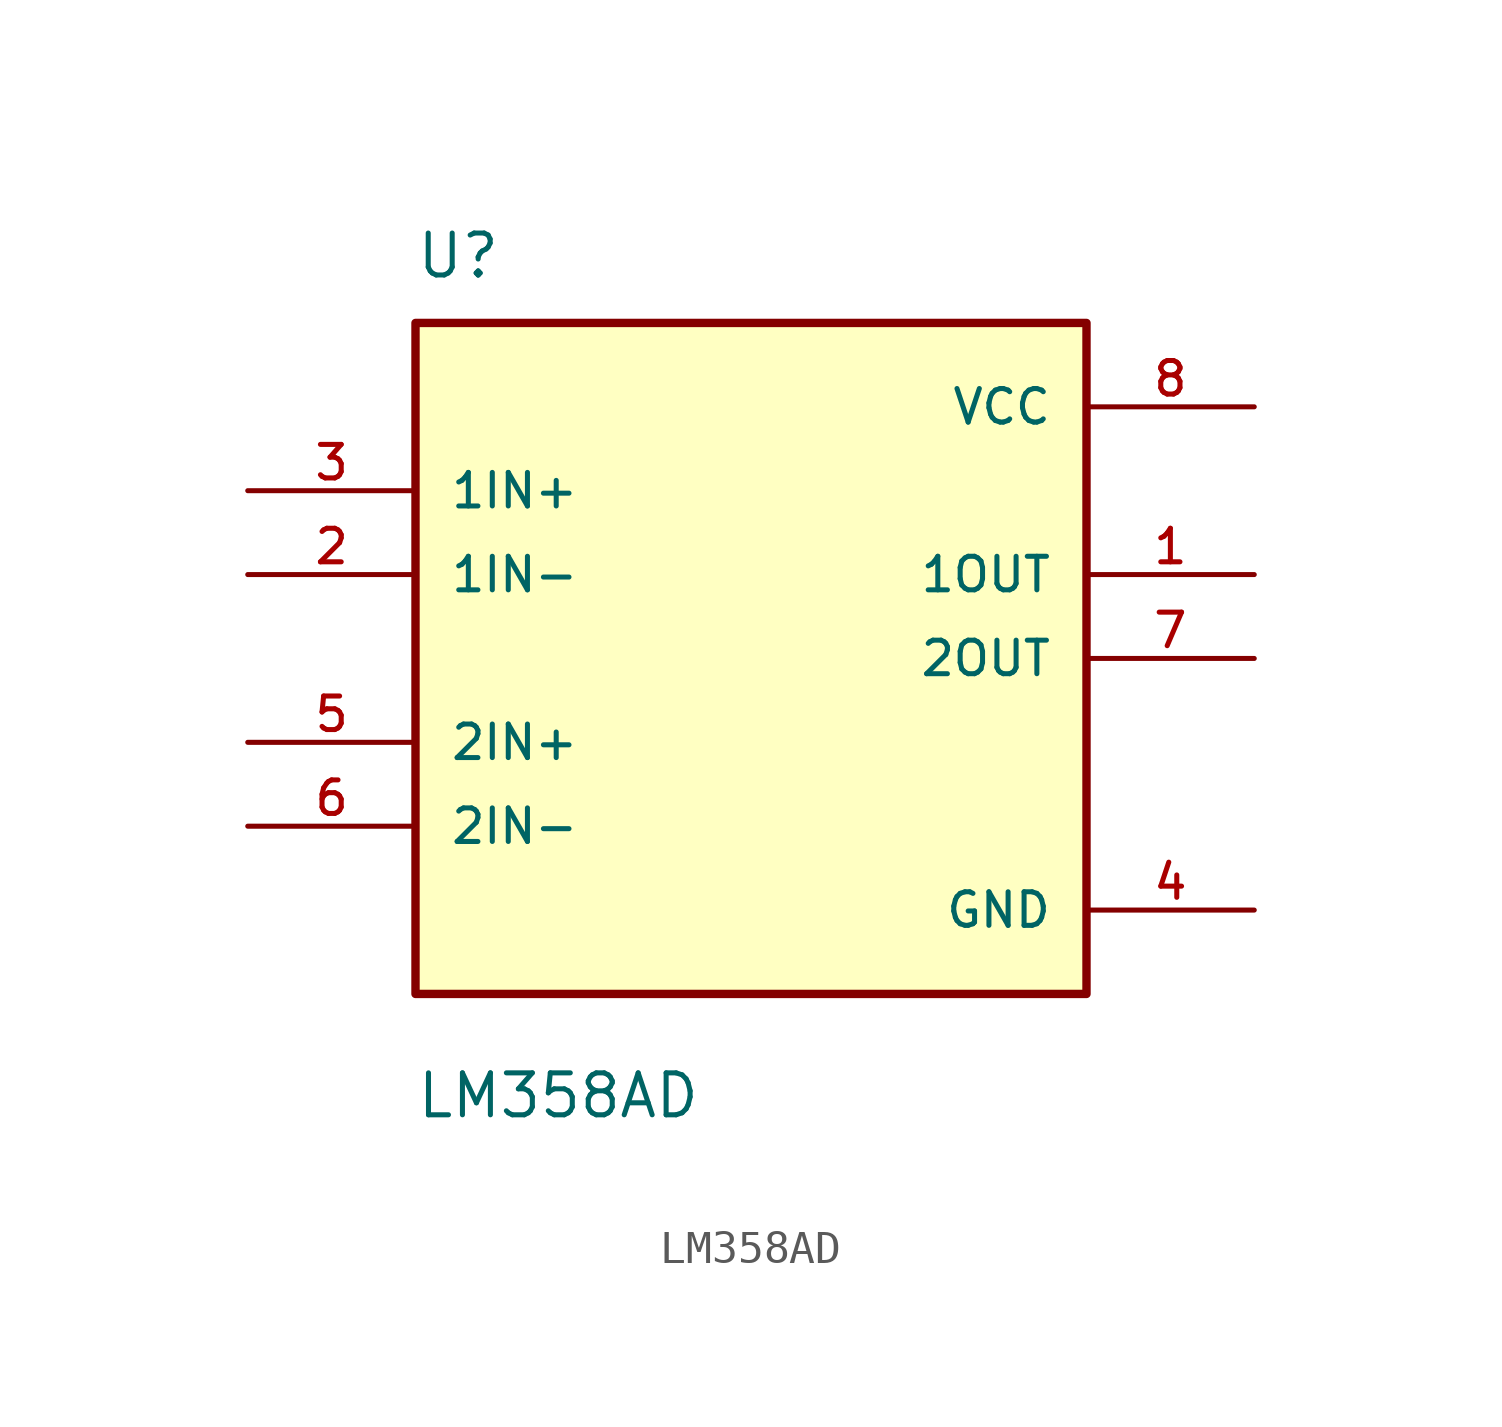
<source format=kicad_sym>
(kicad_symbol_lib
  (version 20211014)
  (generator kicad_symbol_editor)
  (symbol "LM358AD"
    (pin_names
      (offset 1.016))
    (property "Reference" "U"
      (at -10.177 11.449 0)
      (effects (font (size 1.27 1.27)) (justify bottom left)))
    (property "Value" "LM358AD"
      (at -10.169 -13.983 0)
      (effects (font (size 1.27 1.27)) (justify bottom left)))
    (symbol "LM358AD_0_0"
      (rectangle (start -10.16 -10.16) (end 10.16 10.16) (stroke (width 0.254)) (fill (type background)))
      (pin input line (at -15.24 2.54 0) (length 5.08) (name "1IN-" (effects (font (size 1.016 1.016)))) (number "2" (effects (font (size 1.016 1.016)))))
      (pin input line (at -15.24 5.08 0) (length 5.08) (name "1IN+" (effects (font (size 1.016 1.016)))) (number "3" (effects (font (size 1.016 1.016)))))
      (pin input line (at -15.24 -5.08 0) (length 5.08) (name "2IN-" (effects (font (size 1.016 1.016)))) (number "6" (effects (font (size 1.016 1.016)))))
      (pin input line (at -15.24 -2.54 0) (length 5.08) (name "2IN+" (effects (font (size 1.016 1.016)))) (number "5" (effects (font (size 1.016 1.016)))))
      (pin output line (at 15.24 2.54 180.0) (length 5.08) (name "1OUT" (effects (font (size 1.016 1.016)))) (number "1" (effects (font (size 1.016 1.016)))))
      (pin output line (at 15.24 0.0 180.0) (length 5.08) (name "2OUT" (effects (font (size 1.016 1.016)))) (number "7" (effects (font (size 1.016 1.016)))))
      (pin power_in line (at 15.24 7.62 180.0) (length 5.08) (name "VCC" (effects (font (size 1.016 1.016)))) (number "8" (effects (font (size 1.016 1.016)))))
      (pin passive line (at 15.24 -7.62 180.0) (length 5.08) (name "GND" (effects (font (size 1.016 1.016)))) (number "4" (effects (font (size 1.016 1.016))))))))
</source>
